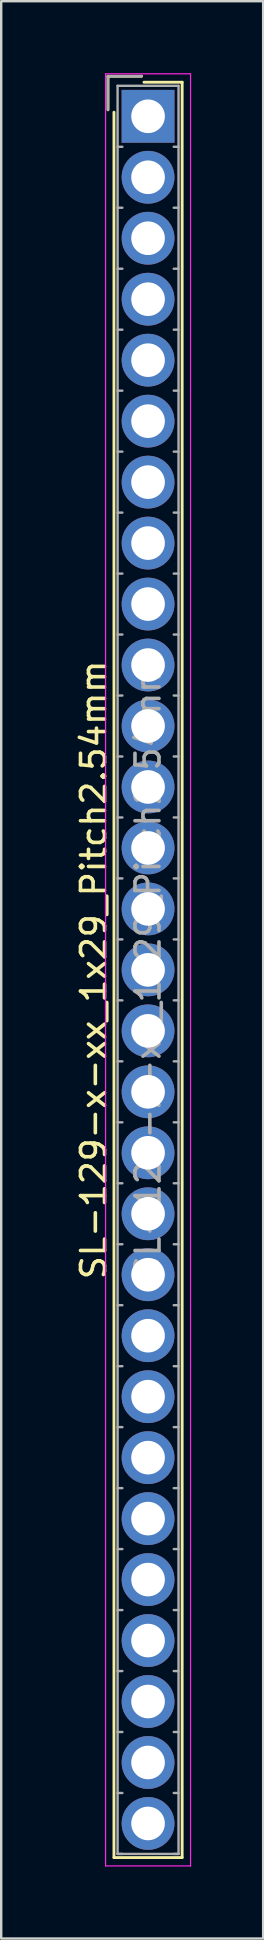
<source format=kicad_pcb>
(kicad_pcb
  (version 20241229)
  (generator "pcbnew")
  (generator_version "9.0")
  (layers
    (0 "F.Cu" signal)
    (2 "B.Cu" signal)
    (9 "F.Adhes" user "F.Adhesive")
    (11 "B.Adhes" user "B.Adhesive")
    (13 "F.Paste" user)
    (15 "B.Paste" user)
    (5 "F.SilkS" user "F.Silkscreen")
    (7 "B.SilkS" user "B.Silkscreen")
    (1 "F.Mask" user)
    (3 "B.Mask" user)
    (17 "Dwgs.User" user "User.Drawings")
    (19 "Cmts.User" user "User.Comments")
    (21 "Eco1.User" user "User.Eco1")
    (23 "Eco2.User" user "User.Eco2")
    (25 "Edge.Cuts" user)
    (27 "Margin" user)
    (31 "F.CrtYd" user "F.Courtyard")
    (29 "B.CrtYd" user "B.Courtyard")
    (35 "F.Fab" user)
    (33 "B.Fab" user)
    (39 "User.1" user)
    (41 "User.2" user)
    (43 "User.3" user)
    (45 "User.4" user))
  (footprint "SL-129-x-xx_1x29_Pitch2.54mm"
    (layer "F.Cu")
    (at 3.118 1.795)
    (property "Reference" "SL-129-x-xx_1x29_Pitch2.54mm" (at -2.27 35.56 90) (layer "F.SilkS") (effects (font (size 1 1) (thickness 0.15))))
    (attr through_hole)
    (fp_line (start -1.67 -1.67) (end -1.67 -0.27) (stroke (width 0.12) (type solid)) (layer "F.SilkS"))
    (fp_line (start -1.42 72.54) (end -1.42 -0.17) (stroke (width 0.12) (type solid)) (layer "F.SilkS"))
    (fp_line (start -0.27 -1.67) (end -1.67 -1.67) (stroke (width 0.12) (type solid)) (layer "F.SilkS"))
    (fp_line (start -0.17 -1.42) (end 1.42 -1.42) (stroke (width 0.12) (type solid)) (layer "F.SilkS"))
    (fp_line (start 1.42 -1.42) (end 1.42 72.54) (stroke (width 0.12) (type solid)) (layer "F.SilkS"))
    (fp_line (start 1.42 72.54) (end -1.42 72.54) (stroke (width 0.12) (type solid)) (layer "F.SilkS"))
    (fp_line (start -1.77 -1.77) (end -1.77 72.89) (stroke (width 0.05) (type solid)) (layer "F.CrtYd"))
    (fp_line (start -1.77 72.89) (end 1.77 72.89) (stroke (width 0.05) (type solid)) (layer "F.CrtYd"))
    (fp_line (start 1.77 -1.77) (end -1.77 -1.77) (stroke (width 0.05) (type solid)) (layer "F.CrtYd"))
    (fp_line (start 1.77 72.89) (end 1.77 -1.77) (stroke (width 0.05) (type solid)) (layer "F.CrtYd"))
    (fp_line (start -1.67 -1.67) (end -1.67 -0.27) (stroke (width 0.1) (type solid)) (layer "F.Fab"))
    (fp_line (start -1.27 -1.27) (end -1.27 72.39) (stroke (width 0.1) (type solid)) (layer "F.Fab"))
    (fp_line (start -1.27 1.27) (end -1.07 1.27) (stroke (width 0.1) (type solid)) (layer "F.Fab"))
    (fp_line (start -1.27 3.81) (end -1.07 3.81) (stroke (width 0.1) (type solid)) (layer "F.Fab"))
    (fp_line (start -1.27 6.35) (end -1.07 6.35) (stroke (width 0.1) (type solid)) (layer "F.Fab"))
    (fp_line (start -1.27 8.89) (end -1.07 8.89) (stroke (width 0.1) (type solid)) (layer "F.Fab"))
    (fp_line (start -1.27 11.43) (end -1.07 11.43) (stroke (width 0.1) (type solid)) (layer "F.Fab"))
    (fp_line (start -1.27 13.97) (end -1.07 13.97) (stroke (width 0.1) (type solid)) (layer "F.Fab"))
    (fp_line (start -1.27 16.51) (end -1.07 16.51) (stroke (width 0.1) (type solid)) (layer "F.Fab"))
    (fp_line (start -1.27 19.05) (end -1.07 19.05) (stroke (width 0.1) (type solid)) (layer "F.Fab"))
    (fp_line (start -1.27 21.59) (end -1.07 21.59) (stroke (width 0.1) (type solid)) (layer "F.Fab"))
    (fp_line (start -1.27 24.13) (end -1.07 24.13) (stroke (width 0.1) (type solid)) (layer "F.Fab"))
    (fp_line (start -1.27 26.67) (end -1.07 26.67) (stroke (width 0.1) (type solid)) (layer "F.Fab"))
    (fp_line (start -1.27 29.21) (end -1.07 29.21) (stroke (width 0.1) (type solid)) (layer "F.Fab"))
    (fp_line (start -1.27 31.75) (end -1.07 31.75) (stroke (width 0.1) (type solid)) (layer "F.Fab"))
    (fp_line (start -1.27 34.29) (end -1.07 34.29) (stroke (width 0.1) (type solid)) (layer "F.Fab"))
    (fp_line (start -1.27 36.83) (end -1.07 36.83) (stroke (width 0.1) (type solid)) (layer "F.Fab"))
    (fp_line (start -1.27 39.37) (end -1.07 39.37) (stroke (width 0.1) (type solid)) (layer "F.Fab"))
    (fp_line (start -1.27 41.91) (end -1.07 41.91) (stroke (width 0.1) (type solid)) (layer "F.Fab"))
    (fp_line (start -1.27 44.45) (end -1.07 44.45) (stroke (width 0.1) (type solid)) (layer "F.Fab"))
    (fp_line (start -1.27 46.99) (end -1.07 46.99) (stroke (width 0.1) (type solid)) (layer "F.Fab"))
    (fp_line (start -1.27 49.53) (end -1.07 49.53) (stroke (width 0.1) (type solid)) (layer "F.Fab"))
    (fp_line (start -1.27 52.07) (end -1.07 52.07) (stroke (width 0.1) (type solid)) (layer "F.Fab"))
    (fp_line (start -1.27 54.61) (end -1.07 54.61) (stroke (width 0.1) (type solid)) (layer "F.Fab"))
    (fp_line (start -1.27 57.15) (end -1.07 57.15) (stroke (width 0.1) (type solid)) (layer "F.Fab"))
    (fp_line (start -1.27 59.69) (end -1.07 59.69) (stroke (width 0.1) (type solid)) (layer "F.Fab"))
    (fp_line (start -1.27 62.23) (end -1.07 62.23) (stroke (width 0.1) (type solid)) (layer "F.Fab"))
    (fp_line (start -1.27 64.77) (end -1.07 64.77) (stroke (width 0.1) (type solid)) (layer "F.Fab"))
    (fp_line (start -1.27 67.31) (end -1.07 67.31) (stroke (width 0.1) (type solid)) (layer "F.Fab"))
    (fp_line (start -1.27 69.85) (end -1.07 69.85) (stroke (width 0.1) (type solid)) (layer "F.Fab"))
    (fp_line (start -1.27 72.39) (end -1.07 72.39) (stroke (width 0.1) (type solid)) (layer "F.Fab"))
    (fp_line (start -1.27 72.39) (end 1.27 72.39) (stroke (width 0.1) (type solid)) (layer "F.Fab"))
    (fp_line (start -0.27 -1.67) (end -1.67 -1.67) (stroke (width 0.1) (type solid)) (layer "F.Fab"))
    (fp_line (start 1.27 -1.27) (end -1.27 -1.27) (stroke (width 0.1) (type solid)) (layer "F.Fab"))
    (fp_line (start 1.27 1.27) (end 1.07 1.27) (stroke (width 0.1) (type solid)) (layer "F.Fab"))
    (fp_line (start 1.27 3.81) (end 1.07 3.81) (stroke (width 0.1) (type solid)) (layer "F.Fab"))
    (fp_line (start 1.27 6.35) (end 1.07 6.35) (stroke (width 0.1) (type solid)) (layer "F.Fab"))
    (fp_line (start 1.27 8.89) (end 1.07 8.89) (stroke (width 0.1) (type solid)) (layer "F.Fab"))
    (fp_line (start 1.27 11.43) (end 1.07 11.43) (stroke (width 0.1) (type solid)) (layer "F.Fab"))
    (fp_line (start 1.27 13.97) (end 1.07 13.97) (stroke (width 0.1) (type solid)) (layer "F.Fab"))
    (fp_line (start 1.27 16.51) (end 1.07 16.51) (stroke (width 0.1) (type solid)) (layer "F.Fab"))
    (fp_line (start 1.27 19.05) (end 1.07 19.05) (stroke (width 0.1) (type solid)) (layer "F.Fab"))
    (fp_line (start 1.27 21.59) (end 1.07 21.59) (stroke (width 0.1) (type solid)) (layer "F.Fab"))
    (fp_line (start 1.27 24.13) (end 1.07 24.13) (stroke (width 0.1) (type solid)) (layer "F.Fab"))
    (fp_line (start 1.27 26.67) (end 1.07 26.67) (stroke (width 0.1) (type solid)) (layer "F.Fab"))
    (fp_line (start 1.27 29.21) (end 1.07 29.21) (stroke (width 0.1) (type solid)) (layer "F.Fab"))
    (fp_line (start 1.27 31.75) (end 1.07 31.75) (stroke (width 0.1) (type solid)) (layer "F.Fab"))
    (fp_line (start 1.27 34.29) (end 1.07 34.29) (stroke (width 0.1) (type solid)) (layer "F.Fab"))
    (fp_line (start 1.27 36.83) (end 1.07 36.83) (stroke (width 0.1) (type solid)) (layer "F.Fab"))
    (fp_line (start 1.27 39.37) (end 1.07 39.37) (stroke (width 0.1) (type solid)) (layer "F.Fab"))
    (fp_line (start 1.27 41.91) (end 1.07 41.91) (stroke (width 0.1) (type solid)) (layer "F.Fab"))
    (fp_line (start 1.27 44.45) (end 1.07 44.45) (stroke (width 0.1) (type solid)) (layer "F.Fab"))
    (fp_line (start 1.27 46.99) (end 1.07 46.99) (stroke (width 0.1) (type solid)) (layer "F.Fab"))
    (fp_line (start 1.27 49.53) (end 1.07 49.53) (stroke (width 0.1) (type solid)) (layer "F.Fab"))
    (fp_line (start 1.27 52.07) (end 1.07 52.07) (stroke (width 0.1) (type solid)) (layer "F.Fab"))
    (fp_line (start 1.27 54.61) (end 1.07 54.61) (stroke (width 0.1) (type solid)) (layer "F.Fab"))
    (fp_line (start 1.27 57.15) (end 1.07 57.15) (stroke (width 0.1) (type solid)) (layer "F.Fab"))
    (fp_line (start 1.27 59.69) (end 1.07 59.69) (stroke (width 0.1) (type solid)) (layer "F.Fab"))
    (fp_line (start 1.27 62.23) (end 1.07 62.23) (stroke (width 0.1) (type solid)) (layer "F.Fab"))
    (fp_line (start 1.27 64.77) (end 1.07 64.77) (stroke (width 0.1) (type solid)) (layer "F.Fab"))
    (fp_line (start 1.27 67.31) (end 1.07 67.31) (stroke (width 0.1) (type solid)) (layer "F.Fab"))
    (fp_line (start 1.27 69.85) (end 1.07 69.85) (stroke (width 0.1) (type solid)) (layer "F.Fab"))
    (fp_line (start 1.27 72.39) (end 1.07 72.39) (stroke (width 0.1) (type solid)) (layer "F.Fab"))
    (fp_line (start 1.27 72.39) (end 1.27 -1.27) (stroke (width 0.1) (type solid)) (layer "F.Fab"))
    (fp_text user "${REFERENCE}" (at 0 35.56 90) (layer "F.Fab") (effects (font (size 1 1) (thickness 0.15))))
    (pad "1" thru_hole rect (at 0 0) (size 2.2 2.2) (drill 1.4) (layers "*.Cu" "*.Mask"))
    (pad "2" thru_hole circle (at 0 2.54) (size 2.2 2.2) (drill 1.4) (layers "*.Cu" "*.Mask"))
    (pad "3" thru_hole circle (at 0 5.08) (size 2.2 2.2) (drill 1.4) (layers "*.Cu" "*.Mask"))
    (pad "4" thru_hole circle (at 0 7.62) (size 2.2 2.2) (drill 1.4) (layers "*.Cu" "*.Mask"))
    (pad "5" thru_hole circle (at 0 10.16) (size 2.2 2.2) (drill 1.4) (layers "*.Cu" "*.Mask"))
    (pad "6" thru_hole circle (at 0 12.7) (size 2.2 2.2) (drill 1.4) (layers "*.Cu" "*.Mask"))
    (pad "7" thru_hole circle (at 0 15.24) (size 2.2 2.2) (drill 1.4) (layers "*.Cu" "*.Mask"))
    (pad "8" thru_hole circle (at 0 17.78) (size 2.2 2.2) (drill 1.4) (layers "*.Cu" "*.Mask"))
    (pad "9" thru_hole circle (at 0 20.32) (size 2.2 2.2) (drill 1.4) (layers "*.Cu" "*.Mask"))
    (pad "10" thru_hole circle (at 0 22.86) (size 2.2 2.2) (drill 1.4) (layers "*.Cu" "*.Mask"))
    (pad "11" thru_hole circle (at 0 25.4) (size 2.2 2.2) (drill 1.4) (layers "*.Cu" "*.Mask"))
    (pad "12" thru_hole circle (at 0 27.94) (size 2.2 2.2) (drill 1.4) (layers "*.Cu" "*.Mask"))
    (pad "13" thru_hole circle (at 0 30.48) (size 2.2 2.2) (drill 1.4) (layers "*.Cu" "*.Mask"))
    (pad "14" thru_hole circle (at 0 33.02) (size 2.2 2.2) (drill 1.4) (layers "*.Cu" "*.Mask"))
    (pad "15" thru_hole circle (at 0 35.56) (size 2.2 2.2) (drill 1.4) (layers "*.Cu" "*.Mask"))
    (pad "16" thru_hole circle (at 0 38.1) (size 2.2 2.2) (drill 1.4) (layers "*.Cu" "*.Mask"))
    (pad "17" thru_hole circle (at 0 40.64) (size 2.2 2.2) (drill 1.4) (layers "*.Cu" "*.Mask"))
    (pad "18" thru_hole circle (at 0 43.18) (size 2.2 2.2) (drill 1.4) (layers "*.Cu" "*.Mask"))
    (pad "19" thru_hole circle (at 0 45.72) (size 2.2 2.2) (drill 1.4) (layers "*.Cu" "*.Mask"))
    (pad "20" thru_hole circle (at 0 48.26) (size 2.2 2.2) (drill 1.4) (layers "*.Cu" "*.Mask"))
    (pad "21" thru_hole circle (at 0 50.8) (size 2.2 2.2) (drill 1.4) (layers "*.Cu" "*.Mask"))
    (pad "22" thru_hole circle (at 0 53.34) (size 2.2 2.2) (drill 1.4) (layers "*.Cu" "*.Mask"))
    (pad "23" thru_hole circle (at 0 55.88) (size 2.2 2.2) (drill 1.4) (layers "*.Cu" "*.Mask"))
    (pad "24" thru_hole circle (at 0 58.42) (size 2.2 2.2) (drill 1.4) (layers "*.Cu" "*.Mask"))
    (pad "25" thru_hole circle (at 0 60.96) (size 2.2 2.2) (drill 1.4) (layers "*.Cu" "*.Mask"))
    (pad "26" thru_hole circle (at 0 63.5) (size 2.2 2.2) (drill 1.4) (layers "*.Cu" "*.Mask"))
    (pad "27" thru_hole circle (at 0 66.04) (size 2.2 2.2) (drill 1.4) (layers "*.Cu" "*.Mask"))
    (pad "28" thru_hole circle (at 0 68.58) (size 2.2 2.2) (drill 1.4) (layers "*.Cu" "*.Mask"))
    (pad "29" thru_hole circle (at 0 71.12) (size 2.2 2.2) (drill 1.4) (layers "*.Cu" "*.Mask")))
  (gr_rect
    (start -3 -3)
    (end 7.913 77.71)
    (stroke (width 0.1) (type default))
    (fill no)
    (layer "Edge.Cuts")))
</source>
